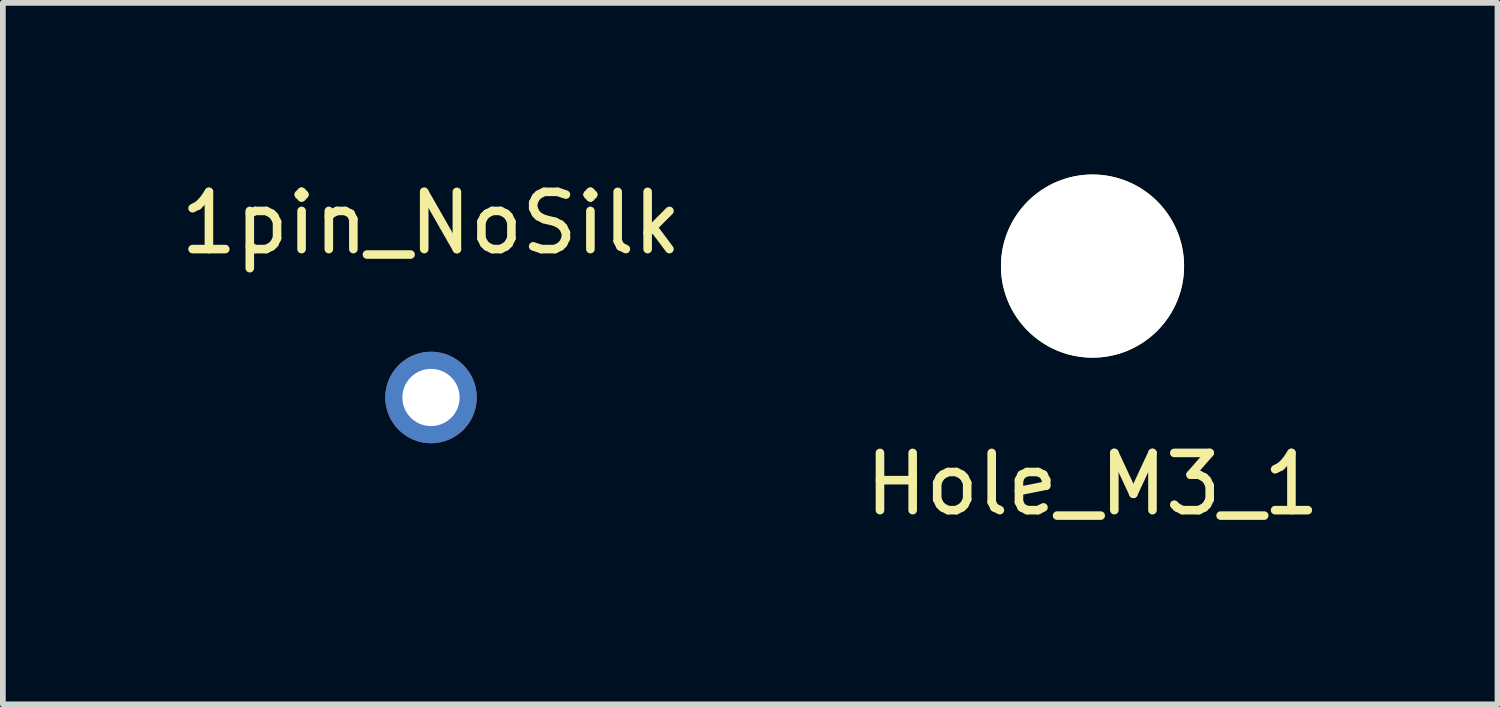
<source format=kicad_pcb>
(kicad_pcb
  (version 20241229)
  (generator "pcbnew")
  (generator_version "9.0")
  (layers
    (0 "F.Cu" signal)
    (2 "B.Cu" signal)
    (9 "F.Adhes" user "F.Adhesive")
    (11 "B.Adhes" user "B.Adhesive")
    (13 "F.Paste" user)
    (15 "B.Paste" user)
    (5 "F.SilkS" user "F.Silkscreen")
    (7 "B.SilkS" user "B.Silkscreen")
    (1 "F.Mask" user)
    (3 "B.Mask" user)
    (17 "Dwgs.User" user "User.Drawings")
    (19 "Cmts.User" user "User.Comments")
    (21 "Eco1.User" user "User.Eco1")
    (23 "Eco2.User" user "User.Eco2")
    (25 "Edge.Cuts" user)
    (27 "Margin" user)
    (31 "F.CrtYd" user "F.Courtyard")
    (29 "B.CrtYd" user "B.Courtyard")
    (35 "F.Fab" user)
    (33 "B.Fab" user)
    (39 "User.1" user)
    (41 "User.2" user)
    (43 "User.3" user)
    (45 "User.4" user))
  (footprint "Hole_M3_1"
    (layer "F.Cu")
    (at 16.042 1.6)
    (property "Reference" "Hole_M3_1" (at 0 3.81 0) (layer "F.SilkS") (effects (font (size 1 1) (thickness 0.15))))
    (attr through_hole)
    (pad "" np_thru_hole circle (at 0 0) (size 3.2 3.2) (drill 3.2) (layers "*.Cu" "*.Mask" "F.SilkS")))
  (footprint "1pin_NoSilk"
    (layer "F.Cu")
    (at 4.482 3.896)
    (property "Reference" "1pin_NoSilk" (at 0 -3.048 0) (layer "F.SilkS") (effects (font (size 1 1) (thickness 0.15))))
    (attr through_hole)
    (pad "1" thru_hole circle (at 0 0) (size 1.6 1.6) (drill 1) (layers "*.Cu")))
  (gr_rect
    (start -3 -3)
    (end 23.119 9.258)
    (stroke (width 0.1) (type default))
    (fill no)
    (layer "Edge.Cuts")))
</source>
